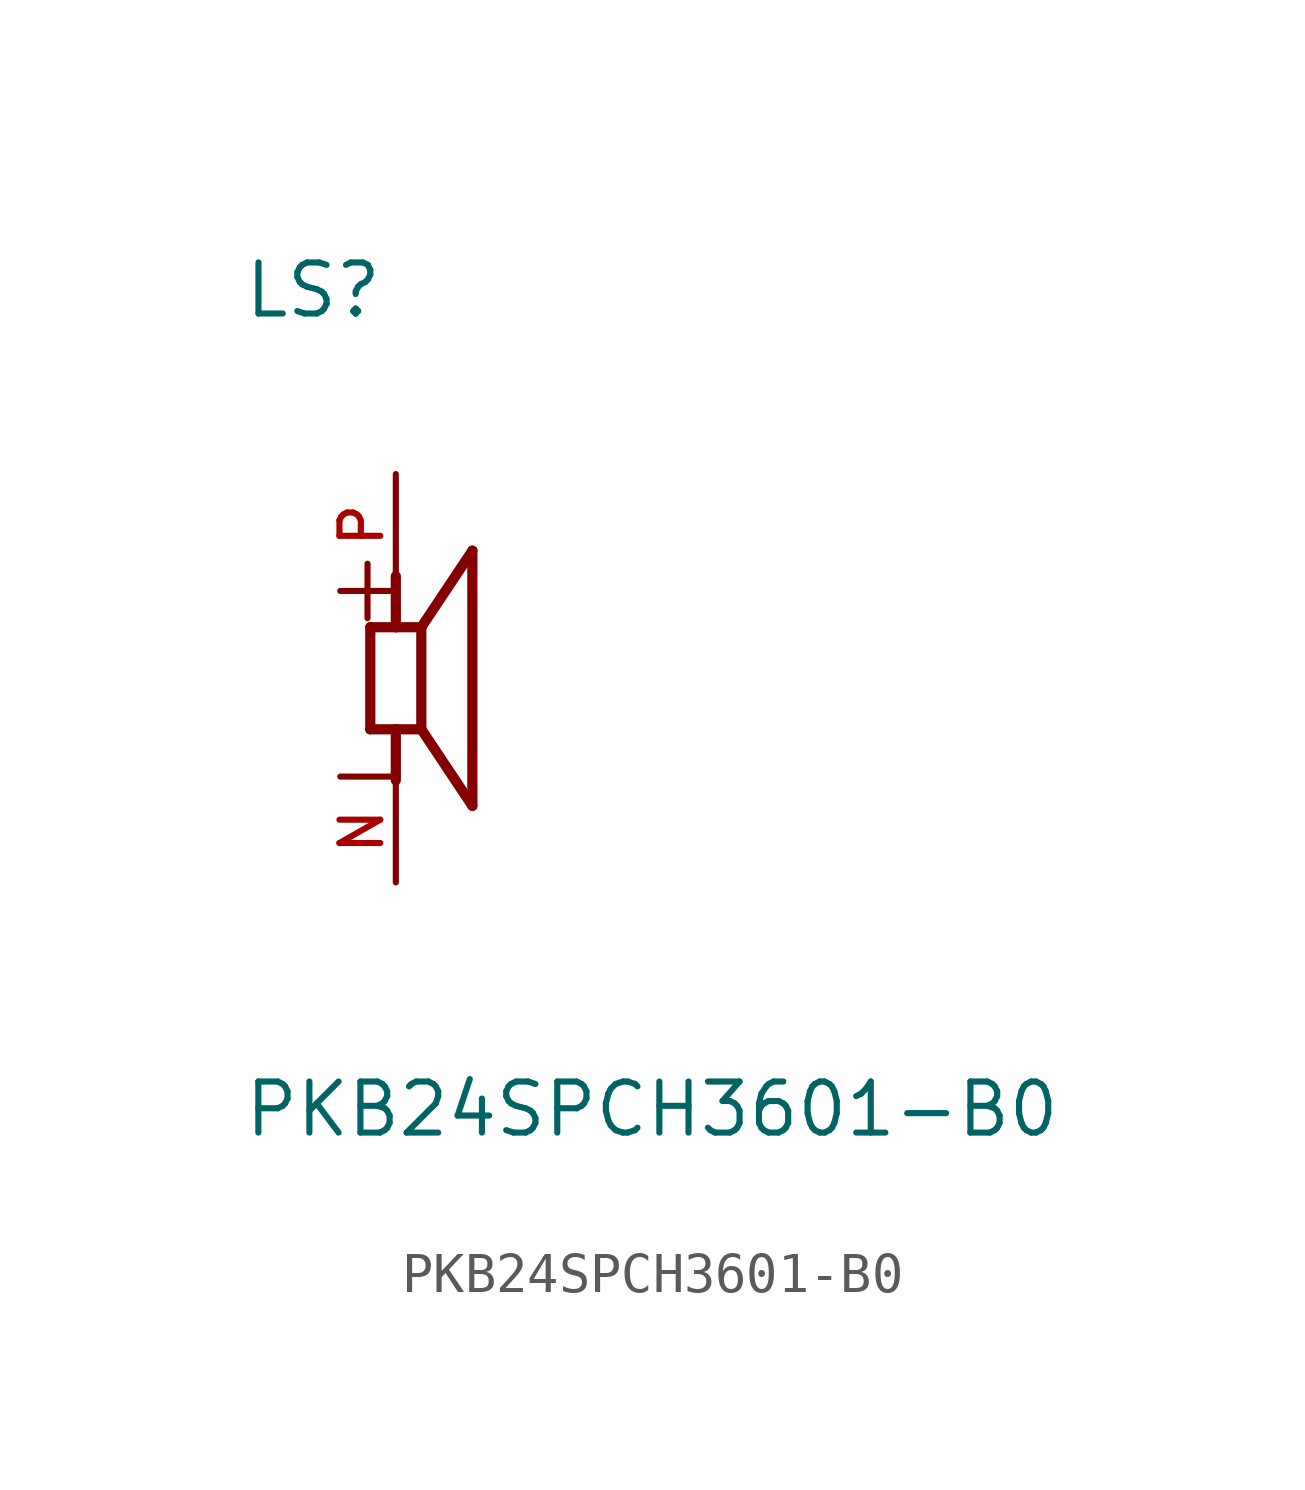
<source format=kicad_sym>
(kicad_symbol_lib
  (version 20211014)
  (generator kicad_symbol_editor)
  (symbol "PKB24SPCH3601-B0"
    (pin_names
      (offset 1.016))
    (property "Reference" "LS"
      (at -3.82 8.913 0)
      (effects (font (size 1.27 1.27)) (justify bottom left)))
    (property "Value" "PKB24SPCH3601-B0"
      (at -3.823 -11.469 0)
      (effects (font (size 1.27 1.27)) (justify bottom left)))
    (symbol "PKB24SPCH3601-B0_0_0"
      (polyline (pts (xy -0.635 1.27) (xy 0.0 1.27)) (stroke (width 0.254)))
      (polyline (pts (xy 0.0 1.27) (xy 0.635 1.27)) (stroke (width 0.254)))
      (polyline (pts (xy 0.635 1.27) (xy 0.635 -1.27)) (stroke (width 0.254)))
      (polyline (pts (xy 0.635 -1.27) (xy 0.0 -1.27)) (stroke (width 0.254)))
      (polyline (pts (xy 0.0 -1.27) (xy -0.635 -1.27)) (stroke (width 0.254)))
      (polyline (pts (xy -0.635 -1.27) (xy -0.635 1.27)) (stroke (width 0.254)))
      (polyline (pts (xy 0.635 1.27) (xy 1.905 3.175)) (stroke (width 0.254)))
      (polyline (pts (xy 1.905 3.175) (xy 1.905 -3.175)) (stroke (width 0.254)))
      (polyline (pts (xy 1.905 -3.175) (xy 0.635 -1.27)) (stroke (width 0.254)))
      (polyline (pts (xy 0.0 1.27) (xy 0.0 2.54)) (stroke (width 0.254)))
      (polyline (pts (xy 0.0 -1.27) (xy 0.0 -2.54)) (stroke (width 0.254)))
      (text "+" (at -1.905 1.27 0) (effects (font (size 1.778 1.778)) (justify bottom left)))
      (text "-" (at -1.905 -1.27 0) (effects (font (size 1.778 1.778)) (justify top left)))
      (pin passive line (at 0.0 5.08 270.0) (length 2.54) (name "~" (effects (font (size 1.016 1.016)))) (number "P" (effects (font (size 1.016 1.016)))))
      (pin passive line (at 0.0 -5.08 90.0) (length 2.54) (name "~" (effects (font (size 1.016 1.016)))) (number "N" (effects (font (size 1.016 1.016))))))))
</source>
